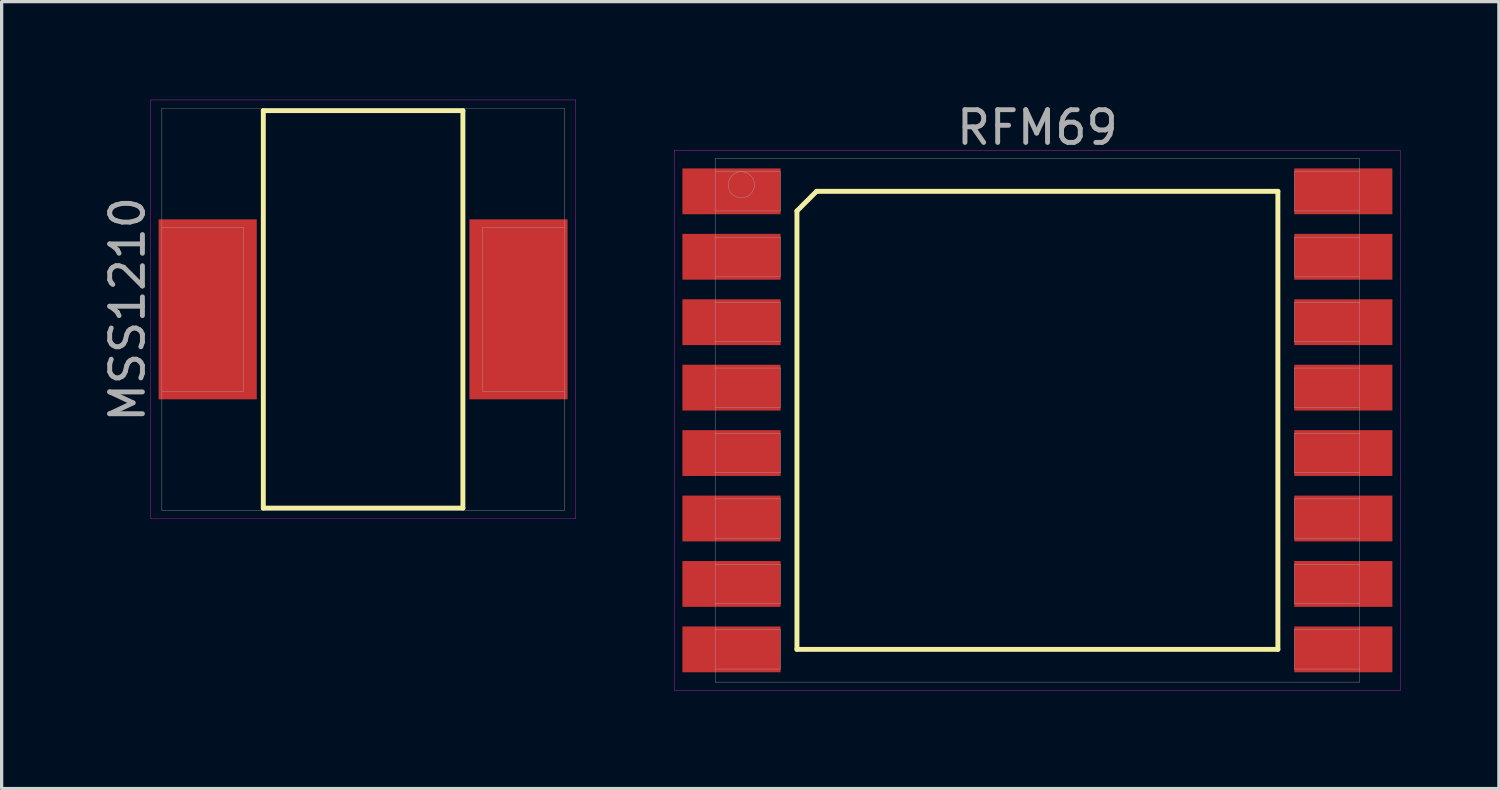
<source format=kicad_pcb>
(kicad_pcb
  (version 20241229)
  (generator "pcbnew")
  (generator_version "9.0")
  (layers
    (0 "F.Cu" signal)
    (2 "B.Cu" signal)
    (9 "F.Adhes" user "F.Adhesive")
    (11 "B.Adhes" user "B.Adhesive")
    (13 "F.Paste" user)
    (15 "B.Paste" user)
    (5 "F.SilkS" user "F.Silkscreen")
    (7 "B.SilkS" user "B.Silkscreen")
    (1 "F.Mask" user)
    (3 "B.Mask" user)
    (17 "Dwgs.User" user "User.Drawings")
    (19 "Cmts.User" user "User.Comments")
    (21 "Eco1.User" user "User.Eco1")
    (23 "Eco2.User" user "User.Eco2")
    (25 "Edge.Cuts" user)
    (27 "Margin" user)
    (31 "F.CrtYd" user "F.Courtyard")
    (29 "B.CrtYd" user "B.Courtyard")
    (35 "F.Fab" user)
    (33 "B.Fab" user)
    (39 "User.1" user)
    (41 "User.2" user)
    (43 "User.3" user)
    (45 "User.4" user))
  (footprint "RFM69"
    (layer "F.Cu")
    (at 28.658 9.798)
    (property "Reference" "RFM69" (at 0 -8.95 0) (layer "F.Fab") (effects (font (size 1 1) (thickness 0.15))))
    (attr smd)
    (fp_line (start -7.35 -6.4) (end -6.75 -7) (stroke (width 0.15) (type solid)) (layer "F.SilkS"))
    (fp_line (start -7.35 7) (end -7.35 -6.4) (stroke (width 0.15) (type solid)) (layer "F.SilkS"))
    (fp_line (start -6.75 -7) (end 7.35 -7) (stroke (width 0.15) (type solid)) (layer "F.SilkS"))
    (fp_line (start 7.35 -7) (end 7.35 7) (stroke (width 0.15) (type solid)) (layer "F.SilkS"))
    (fp_line (start 7.35 7) (end -7.35 7) (stroke (width 0.15) (type solid)) (layer "F.SilkS"))
    (fp_line (start -11.1 -8.25) (end 11.1 -8.25) (stroke (width 0.01) (type solid)) (layer "F.CrtYd"))
    (fp_line (start -11.1 8.25) (end -11.1 -8.25) (stroke (width 0.01) (type solid)) (layer "F.CrtYd"))
    (fp_line (start 11.1 -8.25) (end 11.1 8.25) (stroke (width 0.01) (type solid)) (layer "F.CrtYd"))
    (fp_line (start 11.1 8.25) (end -11.1 8.25) (stroke (width 0.01) (type solid)) (layer "F.CrtYd"))
    (fp_line (start -9.85 -8) (end 9.85 -8) (stroke (width 0.01) (type solid)) (layer "F.Fab"))
    (fp_line (start -9.85 -6.4) (end -7.85 -6.4) (stroke (width 0.01) (type solid)) (layer "F.Fab"))
    (fp_line (start -9.85 -4.4) (end -7.85 -4.4) (stroke (width 0.01) (type solid)) (layer "F.Fab"))
    (fp_line (start -9.85 -2.4) (end -7.85 -2.4) (stroke (width 0.01) (type solid)) (layer "F.Fab"))
    (fp_line (start -9.85 -0.4) (end -7.85 -0.4) (stroke (width 0.01) (type solid)) (layer "F.Fab"))
    (fp_line (start -9.85 1.6) (end -7.85 1.6) (stroke (width 0.01) (type solid)) (layer "F.Fab"))
    (fp_line (start -9.85 3.6) (end -7.85 3.6) (stroke (width 0.01) (type solid)) (layer "F.Fab"))
    (fp_line (start -9.85 5.6) (end -7.85 5.6) (stroke (width 0.01) (type solid)) (layer "F.Fab"))
    (fp_line (start -9.85 7.6) (end -7.85 7.6) (stroke (width 0.01) (type solid)) (layer "F.Fab"))
    (fp_line (start -9.85 8) (end -9.85 -8) (stroke (width 0.01) (type solid)) (layer "F.Fab"))
    (fp_line (start -7.85 -7.6) (end -9.85 -7.6) (stroke (width 0.01) (type solid)) (layer "F.Fab"))
    (fp_line (start -7.85 -6.4) (end -7.85 -7.6) (stroke (width 0.01) (type solid)) (layer "F.Fab"))
    (fp_line (start -7.85 -5.6) (end -9.85 -5.6) (stroke (width 0.01) (type solid)) (layer "F.Fab"))
    (fp_line (start -7.85 -4.4) (end -7.85 -5.6) (stroke (width 0.01) (type solid)) (layer "F.Fab"))
    (fp_line (start -7.85 -3.6) (end -9.85 -3.6) (stroke (width 0.01) (type solid)) (layer "F.Fab"))
    (fp_line (start -7.85 -2.4) (end -7.85 -3.6) (stroke (width 0.01) (type solid)) (layer "F.Fab"))
    (fp_line (start -7.85 -1.6) (end -9.85 -1.6) (stroke (width 0.01) (type solid)) (layer "F.Fab"))
    (fp_line (start -7.85 -0.4) (end -7.85 -1.6) (stroke (width 0.01) (type solid)) (layer "F.Fab"))
    (fp_line (start -7.85 0.4) (end -9.85 0.4) (stroke (width 0.01) (type solid)) (layer "F.Fab"))
    (fp_line (start -7.85 1.6) (end -7.85 0.4) (stroke (width 0.01) (type solid)) (layer "F.Fab"))
    (fp_line (start -7.85 2.4) (end -9.85 2.4) (stroke (width 0.01) (type solid)) (layer "F.Fab"))
    (fp_line (start -7.85 3.6) (end -7.85 2.4) (stroke (width 0.01) (type solid)) (layer "F.Fab"))
    (fp_line (start -7.85 4.4) (end -9.85 4.4) (stroke (width 0.01) (type solid)) (layer "F.Fab"))
    (fp_line (start -7.85 5.6) (end -7.85 4.4) (stroke (width 0.01) (type solid)) (layer "F.Fab"))
    (fp_line (start -7.85 6.4) (end -9.85 6.4) (stroke (width 0.01) (type solid)) (layer "F.Fab"))
    (fp_line (start -7.85 7.6) (end -7.85 6.4) (stroke (width 0.01) (type solid)) (layer "F.Fab"))
    (fp_line (start 7.85 -7.6) (end 7.85 -6.4) (stroke (width 0.01) (type solid)) (layer "F.Fab"))
    (fp_line (start 7.85 -6.4) (end 9.85 -6.4) (stroke (width 0.01) (type solid)) (layer "F.Fab"))
    (fp_line (start 7.85 -5.6) (end 7.85 -4.4) (stroke (width 0.01) (type solid)) (layer "F.Fab"))
    (fp_line (start 7.85 -4.4) (end 9.85 -4.4) (stroke (width 0.01) (type solid)) (layer "F.Fab"))
    (fp_line (start 7.85 -3.6) (end 7.85 -2.4) (stroke (width 0.01) (type solid)) (layer "F.Fab"))
    (fp_line (start 7.85 -2.4) (end 9.85 -2.4) (stroke (width 0.01) (type solid)) (layer "F.Fab"))
    (fp_line (start 7.85 -1.6) (end 7.85 -0.4) (stroke (width 0.01) (type solid)) (layer "F.Fab"))
    (fp_line (start 7.85 -0.4) (end 9.85 -0.4) (stroke (width 0.01) (type solid)) (layer "F.Fab"))
    (fp_line (start 7.85 0.4) (end 7.85 1.6) (stroke (width 0.01) (type solid)) (layer "F.Fab"))
    (fp_line (start 7.85 1.6) (end 9.85 1.6) (stroke (width 0.01) (type solid)) (layer "F.Fab"))
    (fp_line (start 7.85 2.4) (end 7.85 3.6) (stroke (width 0.01) (type solid)) (layer "F.Fab"))
    (fp_line (start 7.85 3.6) (end 9.85 3.6) (stroke (width 0.01) (type solid)) (layer "F.Fab"))
    (fp_line (start 7.85 4.4) (end 7.85 5.6) (stroke (width 0.01) (type solid)) (layer "F.Fab"))
    (fp_line (start 7.85 5.6) (end 9.85 5.6) (stroke (width 0.01) (type solid)) (layer "F.Fab"))
    (fp_line (start 7.85 6.4) (end 7.85 7.6) (stroke (width 0.01) (type solid)) (layer "F.Fab"))
    (fp_line (start 7.85 7.6) (end 9.85 7.6) (stroke (width 0.01) (type solid)) (layer "F.Fab"))
    (fp_line (start 9.85 -8) (end 9.85 8) (stroke (width 0.01) (type solid)) (layer "F.Fab"))
    (fp_line (start 9.85 -7.6) (end 7.85 -7.6) (stroke (width 0.01) (type solid)) (layer "F.Fab"))
    (fp_line (start 9.85 -5.6) (end 7.85 -5.6) (stroke (width 0.01) (type solid)) (layer "F.Fab"))
    (fp_line (start 9.85 -3.6) (end 7.85 -3.6) (stroke (width 0.01) (type solid)) (layer "F.Fab"))
    (fp_line (start 9.85 -1.6) (end 7.85 -1.6) (stroke (width 0.01) (type solid)) (layer "F.Fab"))
    (fp_line (start 9.85 0.4) (end 7.85 0.4) (stroke (width 0.01) (type solid)) (layer "F.Fab"))
    (fp_line (start 9.85 2.4) (end 7.85 2.4) (stroke (width 0.01) (type solid)) (layer "F.Fab"))
    (fp_line (start 9.85 4.4) (end 7.85 4.4) (stroke (width 0.01) (type solid)) (layer "F.Fab"))
    (fp_line (start 9.85 6.4) (end 7.85 6.4) (stroke (width 0.01) (type solid)) (layer "F.Fab"))
    (fp_line (start 9.85 8) (end -9.85 8) (stroke (width 0.01) (type solid)) (layer "F.Fab"))
    (fp_circle (center -9.05 -7.2) (end -9.05 -6.8) (stroke (width 0.01) (type solid)) (fill no) (layer "F.Fab"))
    (pad "1" smd rect (at -9.35 -7) (size 3 1.4) (layers "F.Cu" "F.Mask" "F.Paste"))
    (pad "2" smd rect (at -9.35 -5) (size 3 1.4) (layers "F.Cu" "F.Mask" "F.Paste"))
    (pad "3" smd rect (at -9.35 -3) (size 3 1.4) (layers "F.Cu" "F.Mask" "F.Paste"))
    (pad "4" smd rect (at -9.35 -1) (size 3 1.4) (layers "F.Cu" "F.Mask" "F.Paste"))
    (pad "5" smd rect (at -9.35 1) (size 3 1.4) (layers "F.Cu" "F.Mask" "F.Paste"))
    (pad "6" smd rect (at -9.35 3) (size 3 1.4) (layers "F.Cu" "F.Mask" "F.Paste"))
    (pad "7" smd rect (at -9.35 5) (size 3 1.4) (layers "F.Cu" "F.Mask" "F.Paste"))
    (pad "8" smd rect (at -9.35 7) (size 3 1.4) (layers "F.Cu" "F.Mask" "F.Paste"))
    (pad "9" smd rect (at 9.35 7) (size 3 1.4) (layers "F.Cu" "F.Mask" "F.Paste"))
    (pad "10" smd rect (at 9.35 5) (size 3 1.4) (layers "F.Cu" "F.Mask" "F.Paste"))
    (pad "11" smd rect (at 9.35 3) (size 3 1.4) (layers "F.Cu" "F.Mask" "F.Paste"))
    (pad "12" smd rect (at 9.35 1) (size 3 1.4) (layers "F.Cu" "F.Mask" "F.Paste"))
    (pad "13" smd rect (at 9.35 -1) (size 3 1.4) (layers "F.Cu" "F.Mask" "F.Paste"))
    (pad "14" smd rect (at 9.35 -3) (size 3 1.4) (layers "F.Cu" "F.Mask" "F.Paste"))
    (pad "15" smd rect (at 9.35 -5) (size 3 1.4) (layers "F.Cu" "F.Mask" "F.Paste"))
    (pad "16" smd rect (at 9.35 -7) (size 3 1.4) (layers "F.Cu" "F.Mask" "F.Paste")))
  (footprint "MSS1210"
    (layer "F.Cu")
    (at 8.048 6.405)
    (property "Reference" "MSS1210" (at -7.2 0 90) (layer "F.Fab") (effects (font (size 1 1) (thickness 0.15))))
    (attr smd)
    (fp_line (start -3.05 -6.075) (end 3.05 -6.075) (stroke (width 0.15) (type solid)) (layer "F.SilkS"))
    (fp_line (start -3.05 6.075) (end -3.05 -6.075) (stroke (width 0.15) (type solid)) (layer "F.SilkS"))
    (fp_line (start 3.05 -6.075) (end 3.05 6.075) (stroke (width 0.15) (type solid)) (layer "F.SilkS"))
    (fp_line (start 3.05 6.075) (end -3.05 6.075) (stroke (width 0.15) (type solid)) (layer "F.SilkS"))
    (fp_line (start -6.5 -6.4) (end 6.5 -6.4) (stroke (width 0.01) (type solid)) (layer "F.CrtYd"))
    (fp_line (start -6.5 6.4) (end -6.5 -6.4) (stroke (width 0.01) (type solid)) (layer "F.CrtYd"))
    (fp_line (start 6.5 -6.4) (end 6.5 6.4) (stroke (width 0.01) (type solid)) (layer "F.CrtYd"))
    (fp_line (start 6.5 6.4) (end -6.5 6.4) (stroke (width 0.01) (type solid)) (layer "F.CrtYd"))
    (fp_line (start -6.15 -6.15) (end 6.15 -6.15) (stroke (width 0.01) (type solid)) (layer "F.Fab"))
    (fp_line (start -6.15 6.15) (end -6.15 -6.15) (stroke (width 0.01) (type solid)) (layer "F.Fab"))
    (fp_line (start -3.65 -2.5) (end -6.15 -2.5) (stroke (width 0.01) (type solid)) (layer "F.Fab"))
    (fp_line (start -3.65 -2.5) (end -3.65 2.5) (stroke (width 0.01) (type solid)) (layer "F.Fab"))
    (fp_line (start -3.65 2.5) (end -6.15 2.5) (stroke (width 0.01) (type solid)) (layer "F.Fab"))
    (fp_line (start 3.65 -2.5) (end 3.65 2.5) (stroke (width 0.01) (type solid)) (layer "F.Fab"))
    (fp_line (start 3.65 -2.5) (end 6.15 -2.5) (stroke (width 0.01) (type solid)) (layer "F.Fab"))
    (fp_line (start 3.65 2.5) (end 6.15 2.5) (stroke (width 0.01) (type solid)) (layer "F.Fab"))
    (fp_line (start 6.15 -6.15) (end 6.15 6.15) (stroke (width 0.01) (type solid)) (layer "F.Fab"))
    (fp_line (start 6.15 6.15) (end -6.15 6.15) (stroke (width 0.01) (type solid)) (layer "F.Fab"))
    (pad "1" smd rect (at -4.75 0) (size 3 5.5) (layers "F.Cu" "F.Mask" "F.Paste"))
    (pad "2" smd rect (at 4.75 0) (size 3 5.5) (layers "F.Cu" "F.Mask" "F.Paste")))
  (gr_rect
    (start -3 -3)
    (end 42.763 21.053)
    (stroke (width 0.1) (type default))
    (fill no)
    (layer "Edge.Cuts")))
</source>
